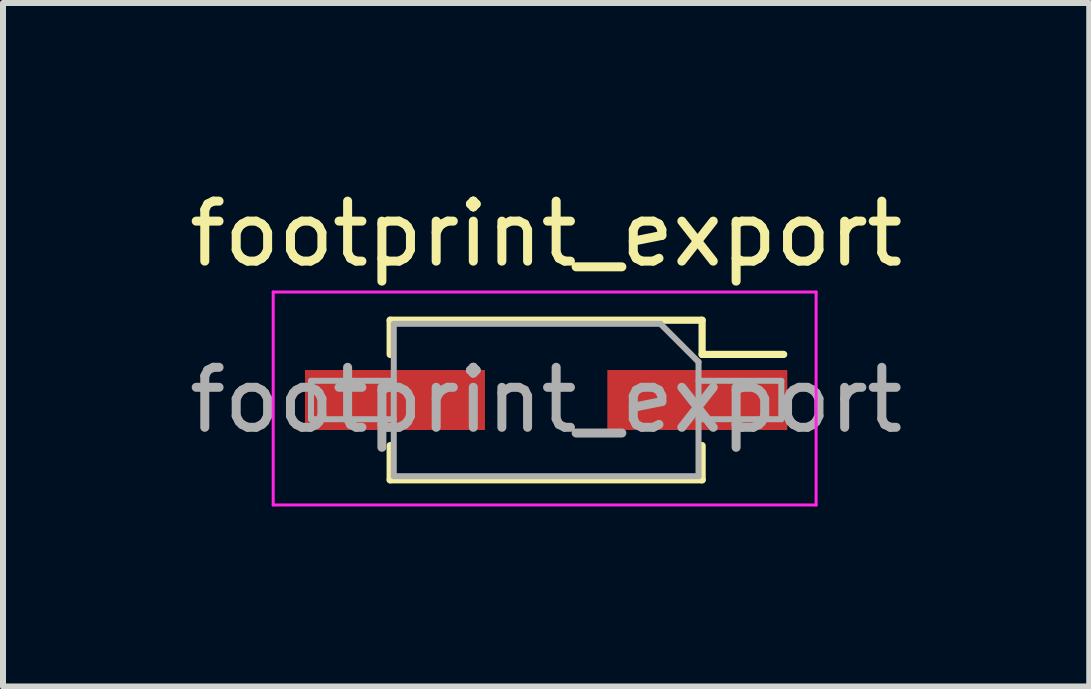
<source format=kicad_pcb>
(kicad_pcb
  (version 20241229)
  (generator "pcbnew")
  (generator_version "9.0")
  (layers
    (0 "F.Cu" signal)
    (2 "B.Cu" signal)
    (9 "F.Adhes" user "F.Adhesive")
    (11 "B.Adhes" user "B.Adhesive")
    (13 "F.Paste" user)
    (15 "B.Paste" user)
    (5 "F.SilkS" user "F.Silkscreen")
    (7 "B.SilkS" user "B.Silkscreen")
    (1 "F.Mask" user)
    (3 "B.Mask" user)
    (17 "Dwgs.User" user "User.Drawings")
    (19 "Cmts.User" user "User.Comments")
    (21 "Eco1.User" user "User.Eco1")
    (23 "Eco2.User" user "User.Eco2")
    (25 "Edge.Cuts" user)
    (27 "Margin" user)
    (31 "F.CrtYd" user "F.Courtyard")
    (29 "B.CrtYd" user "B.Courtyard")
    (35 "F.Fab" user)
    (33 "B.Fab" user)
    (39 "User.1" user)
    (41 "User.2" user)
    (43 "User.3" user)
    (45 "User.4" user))
  (footprint "footprint_export"
    (layer "F.Cu")
    (at 6.054 3.618)
    (property "Reference" "footprint_export" (at 0 -2.77 0) (layer "F.SilkS") (effects (font (size 1 1) (thickness 0.15))))
    (attr smd)
    (fp_line (start -2.6 -1.33) (end -2.6 -0.76) (stroke (width 0.12) (type solid)) (layer "F.SilkS"))
    (fp_line (start -2.6 -1.33) (end 2.6 -1.33) (stroke (width 0.12) (type solid)) (layer "F.SilkS"))
    (fp_line (start -2.6 0.76) (end -2.6 1.33) (stroke (width 0.12) (type solid)) (layer "F.SilkS"))
    (fp_line (start -2.6 1.33) (end 2.6 1.33) (stroke (width 0.12) (type solid)) (layer "F.SilkS"))
    (fp_line (start 2.6 -1.33) (end 2.6 -0.76) (stroke (width 0.12) (type solid)) (layer "F.SilkS"))
    (fp_line (start 2.6 -0.76) (end 3.96 -0.76) (stroke (width 0.12) (type solid)) (layer "F.SilkS"))
    (fp_line (start 2.6 0.76) (end 2.6 1.33) (stroke (width 0.12) (type solid)) (layer "F.SilkS"))
    (fp_line (start -4.55 -1.8) (end 4.5 -1.8) (stroke (width 0.05) (type solid)) (layer "F.CrtYd"))
    (fp_line (start -4.55 1.75) (end -4.55 -1.8) (stroke (width 0.05) (type solid)) (layer "F.CrtYd"))
    (fp_line (start 4.5 -1.8) (end 4.5 1.75) (stroke (width 0.05) (type solid)) (layer "F.CrtYd"))
    (fp_line (start 4.5 1.75) (end -4.55 1.75) (stroke (width 0.05) (type solid)) (layer "F.CrtYd"))
    (fp_line (start -3.92 -0.32) (end -2.54 -0.32) (stroke (width 0.1) (type solid)) (layer "F.Fab"))
    (fp_line (start -3.92 0.32) (end -3.92 -0.32) (stroke (width 0.1) (type solid)) (layer "F.Fab"))
    (fp_line (start -2.54 -1.27) (end 1.905 -1.27) (stroke (width 0.1) (type solid)) (layer "F.Fab"))
    (fp_line (start -2.54 0.32) (end -3.92 0.32) (stroke (width 0.1) (type solid)) (layer "F.Fab"))
    (fp_line (start -2.54 1.27) (end -2.54 -1.27) (stroke (width 0.1) (type solid)) (layer "F.Fab"))
    (fp_line (start 1.905 -1.27) (end 2.54 -0.635) (stroke (width 0.1) (type solid)) (layer "F.Fab"))
    (fp_line (start 2.54 -0.635) (end 2.54 1.27) (stroke (width 0.1) (type solid)) (layer "F.Fab"))
    (fp_line (start 2.54 -0.32) (end 3.92 -0.32) (stroke (width 0.1) (type solid)) (layer "F.Fab"))
    (fp_line (start 2.54 1.27) (end -2.54 1.27) (stroke (width 0.1) (type solid)) (layer "F.Fab"))
    (fp_line (start 3.92 -0.32) (end 3.92 0.32) (stroke (width 0.1) (type solid)) (layer "F.Fab"))
    (fp_line (start 3.92 0.32) (end 2.54 0.32) (stroke (width 0.1) (type solid)) (layer "F.Fab"))
    (fp_text user "${REFERENCE}" (at 0 0 0) (layer "F.Fab") (effects (font (size 1 1) (thickness 0.15))))
    (pad "1" smd rect (at 2.52 0) (size 3 1) (layers "F.Cu" "F.Mask" "F.Paste"))
    (pad "2" smd rect (at -2.52 0) (size 3 1) (layers "F.Cu" "F.Mask" "F.Paste")))
  (gr_rect
    (start -3 -3)
    (end 15.107 8.393)
    (stroke (width 0.1) (type default))
    (fill no)
    (layer "Edge.Cuts")))
</source>
